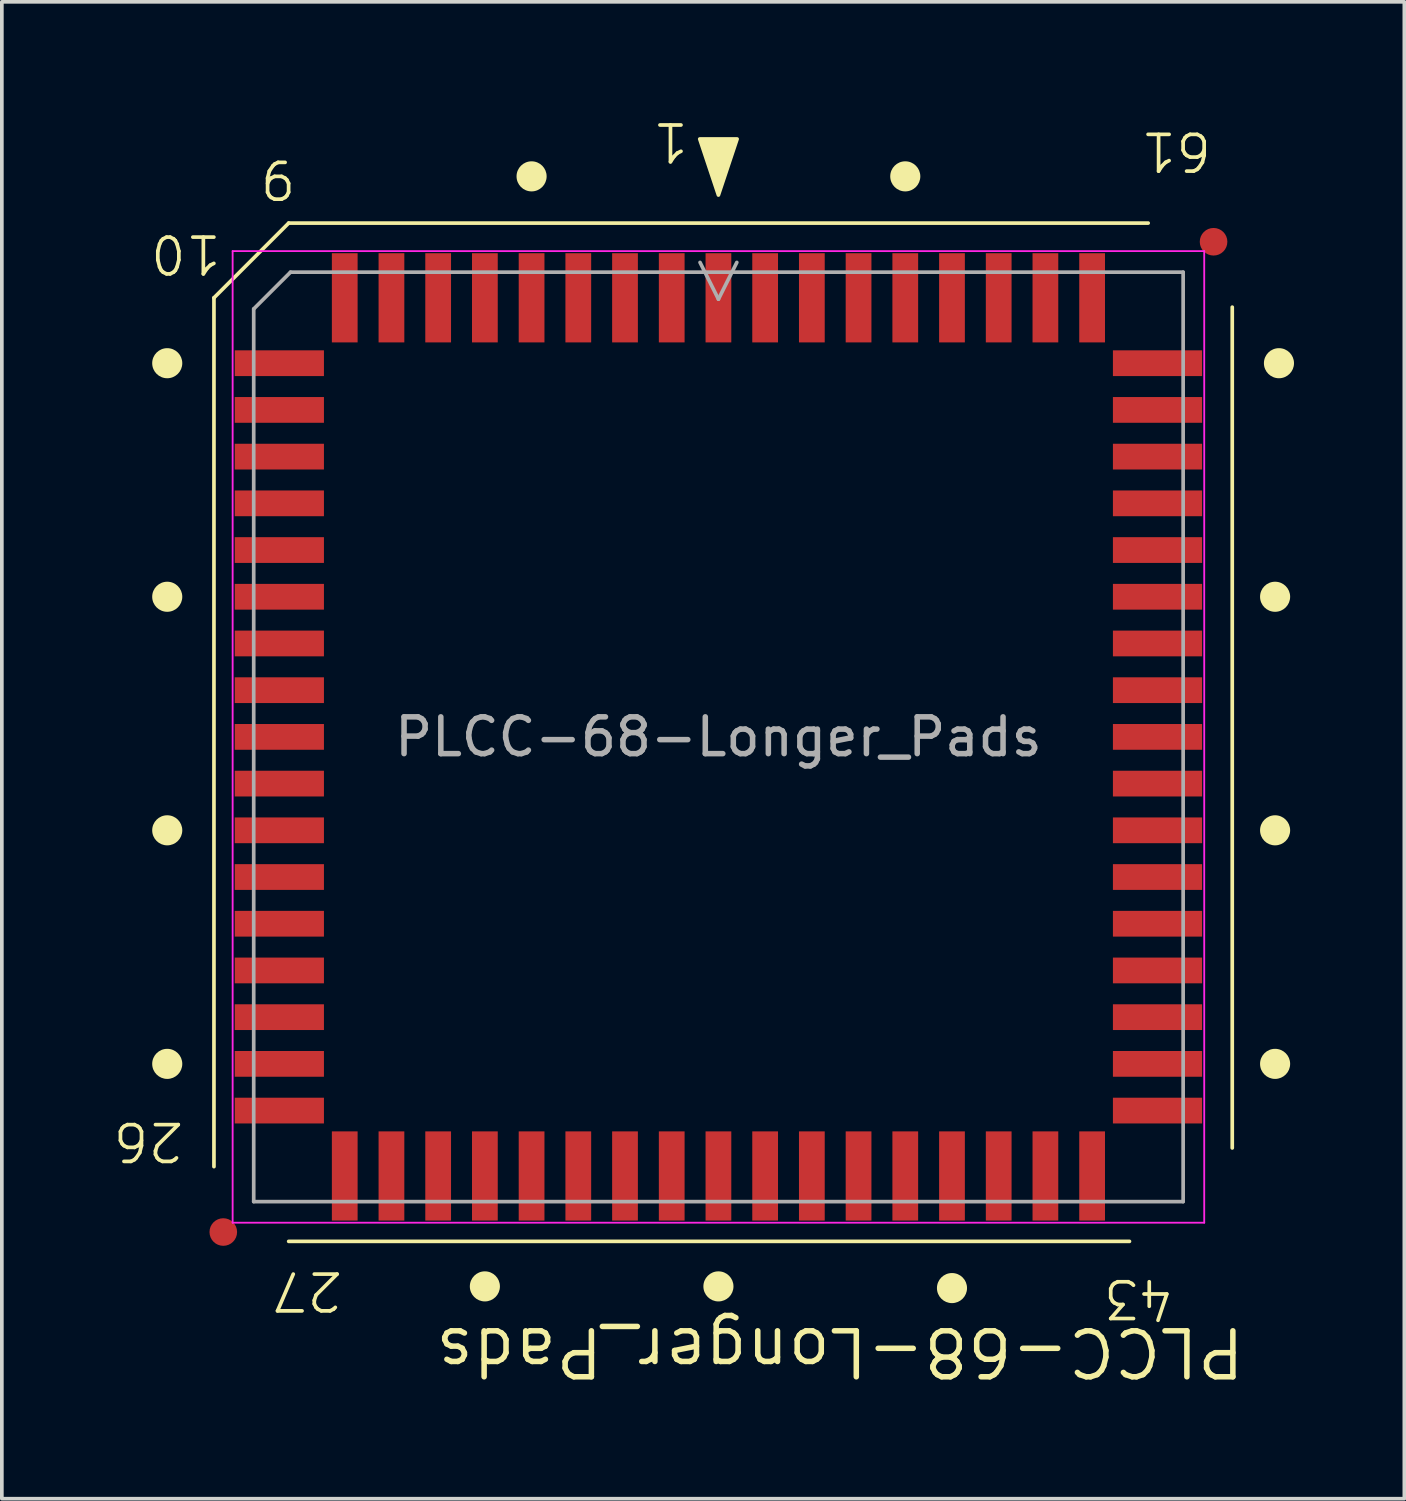
<source format=kicad_pcb>
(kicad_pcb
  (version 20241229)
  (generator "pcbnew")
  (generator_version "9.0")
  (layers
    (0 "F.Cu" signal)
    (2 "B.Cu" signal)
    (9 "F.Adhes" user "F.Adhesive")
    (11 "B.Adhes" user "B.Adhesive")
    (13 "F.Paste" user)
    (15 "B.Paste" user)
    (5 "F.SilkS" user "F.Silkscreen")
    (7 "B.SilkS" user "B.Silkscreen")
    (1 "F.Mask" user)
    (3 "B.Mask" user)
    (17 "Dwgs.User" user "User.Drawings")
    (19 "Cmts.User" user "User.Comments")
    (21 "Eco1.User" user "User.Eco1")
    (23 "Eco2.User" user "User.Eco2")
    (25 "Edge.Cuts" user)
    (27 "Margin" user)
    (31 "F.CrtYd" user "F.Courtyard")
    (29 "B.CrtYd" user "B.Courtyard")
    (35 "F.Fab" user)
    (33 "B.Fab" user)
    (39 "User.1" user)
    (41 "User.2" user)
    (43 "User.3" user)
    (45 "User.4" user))
  (footprint "PLCC-68-Longer_Pads"
    (layer "F.Cu")
    (at 16.483 16.985)
    (property "Reference" "PLCC-68-Longer_Pads" (at 3.302 16.718 180) (unlocked yes) (layer "F.SilkS") (effects (font (size 1.25 1.25) (thickness 0.15))))
    (attr smd)
    (fp_rect (start -14.984 11.984) (end -11.984 14.984) (stroke (width 0) (type solid)) (fill yes) (layer "F.Mask"))
    (fp_rect (start 14.984 -14.962) (end 11.984 -11.962) (stroke (width 0) (type solid)) (fill yes) (layer "F.Mask"))
    (fp_line (start -13.716 -11.938) (end -11.684 -13.97) (stroke (width 0.1) (type default)) (layer "F.SilkS"))
    (fp_line (start -13.716 11.684) (end -13.716 -11.938) (stroke (width 0.1) (type default)) (layer "F.SilkS"))
    (fp_line (start -11.684 -13.97) (end 11.684 -13.97) (stroke (width 0.1) (type default)) (layer "F.SilkS"))
    (fp_line (start 11.176 13.716) (end -11.684 13.716) (stroke (width 0.1) (type default)) (layer "F.SilkS"))
    (fp_line (start 13.97 -11.684) (end 13.97 11.176) (stroke (width 0.1) (type default)) (layer "F.SilkS"))
    (fp_circle (center -14.986 -10.16) (end -14.986 -9.801) (stroke (width 0.1) (type solid)) (fill yes) (layer "F.SilkS"))
    (fp_circle (center -14.986 -3.81) (end -14.986 -3.451) (stroke (width 0.1) (type solid)) (fill yes) (layer "F.SilkS"))
    (fp_circle (center -14.986 2.54) (end -14.986 2.899) (stroke (width 0.1) (type solid)) (fill yes) (layer "F.SilkS"))
    (fp_circle (center -14.986 8.89) (end -14.986 9.249) (stroke (width 0.1) (type solid)) (fill yes) (layer "F.SilkS"))
    (fp_circle (center -6.35 14.94) (end -6.35 15.299) (stroke (width 0.1) (type solid)) (fill yes) (layer "F.SilkS"))
    (fp_circle (center -5.08 -15.24) (end -5.08 -14.881) (stroke (width 0.1) (type solid)) (fill yes) (layer "F.SilkS"))
    (fp_circle (center 0 14.94) (end 0 15.299) (stroke (width 0.1) (type solid)) (fill yes) (layer "F.SilkS"))
    (fp_circle (center 5.08 -15.24) (end 5.08 -14.881) (stroke (width 0.1) (type solid)) (fill yes) (layer "F.SilkS"))
    (fp_circle (center 6.35 14.986) (end 6.35 15.345) (stroke (width 0.1) (type solid)) (fill yes) (layer "F.SilkS"))
    (fp_circle (center 15.135 -3.81) (end 15.135 -3.451) (stroke (width 0.1) (type solid)) (fill yes) (layer "F.SilkS"))
    (fp_circle (center 15.135 2.54) (end 15.135 2.899) (stroke (width 0.1) (type solid)) (fill yes) (layer "F.SilkS"))
    (fp_circle (center 15.135 8.89) (end 15.135 9.249) (stroke (width 0.1) (type solid)) (fill yes) (layer "F.SilkS"))
    (fp_circle (center 15.24 -10.16) (end 15.24 -9.801) (stroke (width 0.1) (type solid)) (fill yes) (layer "F.SilkS"))
    (fp_poly (pts (xy 0 -14.732) (xy 0.508 -16.256) (xy -0.508 -16.256)) (stroke (width 0.1) (type solid)) (fill yes) (layer "F.SilkS"))
    (fp_line (start -13.208 -13.208) (end -13.208 13.208) (stroke (width 0.05) (type solid)) (layer "F.CrtYd"))
    (fp_line (start -13.208 13.208) (end 13.208 13.208) (stroke (width 0.05) (type solid)) (layer "F.CrtYd"))
    (fp_line (start 13.208 -13.208) (end -13.208 -13.208) (stroke (width 0.05) (type solid)) (layer "F.CrtYd"))
    (fp_line (start 13.208 13.208) (end 13.208 -13.208) (stroke (width 0.05) (type solid)) (layer "F.CrtYd"))
    (fp_line (start -12.635 -11.635) (end -12.635 12.635) (stroke (width 0.1) (type solid)) (layer "F.Fab"))
    (fp_line (start -12.635 12.635) (end 12.635 12.635) (stroke (width 0.1) (type solid)) (layer "F.Fab"))
    (fp_line (start -11.635 -12.635) (end -12.635 -11.635) (stroke (width 0.1) (type solid)) (layer "F.Fab"))
    (fp_line (start -0.5 -12.9) (end 0 -11.9) (stroke (width 0.1) (type solid)) (layer "F.Fab"))
    (fp_line (start 0 -11.9) (end 0.5 -12.9) (stroke (width 0.1) (type solid)) (layer "F.Fab"))
    (fp_line (start 12.635 -12.635) (end -11.635 -12.635) (stroke (width 0.1) (type solid)) (layer "F.Fab"))
    (fp_line (start 12.635 12.635) (end 12.635 -12.635) (stroke (width 0.1) (type solid)) (layer "F.Fab"))
    (fp_text user "26" (at -14.478 10.414 180) (unlocked yes) (layer "F.SilkS") (effects (font (size 1 1) (thickness 0.1)) (justify left bottom)))
    (fp_text user "9" (at -11.43 -15.748 180) (unlocked yes) (layer "F.SilkS") (effects (font (size 1 1) (thickness 0.1)) (justify left bottom)))
    (fp_text user "61" (at 13.462 -16.51 180) (unlocked yes) (layer "F.SilkS") (effects (font (size 1 1) (thickness 0.1)) (justify left bottom)))
    (fp_text user "1" (at -0.762 -16.764 180) (unlocked yes) (layer "F.SilkS") (effects (font (size 1 1) (thickness 0.1)) (justify left bottom)))
    (fp_text user "10" (at -13.462 -13.716 180) (unlocked yes) (layer "F.SilkS") (effects (font (size 1 1) (thickness 0.1)) (justify left bottom)))
    (fp_text user "27" (at -10.16 14.478 180) (unlocked yes) (layer "F.SilkS") (effects (font (size 1 1) (thickness 0.1)) (justify left bottom)))
    (fp_text user "43" (at 12.446 14.686 180) (unlocked yes) (layer "F.SilkS") (effects (font (size 1 1) (thickness 0.1)) (justify left bottom)))
    (fp_text user "${REFERENCE}" (at 0 0 0) (layer "F.Fab") (effects (font (size 1 1) (thickness 0.15))))
    (pad "" smd circle (at -13.462 13.462 270) (size 0.75 0.75) (layers "F.Cu" "F.Mask" "F.Paste"))
    (pad "" smd circle (at 13.462 -13.462 270) (size 0.75 0.75) (layers "F.Cu" "F.Mask" "F.Paste"))
    (pad "1" smd rect (at 0 -11.938) (size 0.7 2.425) (layers "F.Cu" "F.Mask" "F.Paste"))
    (pad "2" smd rect (at -1.27 -11.938) (size 0.7 2.425) (layers "F.Cu" "F.Mask" "F.Paste"))
    (pad "3" smd rect (at -2.54 -11.938) (size 0.7 2.425) (layers "F.Cu" "F.Mask" "F.Paste"))
    (pad "4" smd rect (at -3.81 -11.938) (size 0.7 2.425) (layers "F.Cu" "F.Mask" "F.Paste"))
    (pad "5" smd rect (at -5.08 -11.938) (size 0.7 2.425) (layers "F.Cu" "F.Mask" "F.Paste"))
    (pad "6" smd rect (at -6.35 -11.938) (size 0.7 2.425) (layers "F.Cu" "F.Mask" "F.Paste"))
    (pad "7" smd rect (at -7.62 -11.938) (size 0.7 2.425) (layers "F.Cu" "F.Mask" "F.Paste"))
    (pad "8" smd rect (at -8.89 -11.938) (size 0.7 2.425) (layers "F.Cu" "F.Mask" "F.Paste"))
    (pad "9" smd rect (at -10.16 -11.938) (size 0.7 2.425) (layers "F.Cu" "F.Mask" "F.Paste"))
    (pad "10" smd rect (at -11.938 -10.16) (size 2.425 0.7) (layers "F.Cu" "F.Mask" "F.Paste"))
    (pad "11" smd rect (at -11.938 -8.89) (size 2.425 0.7) (layers "F.Cu" "F.Mask" "F.Paste"))
    (pad "12" smd rect (at -11.938 -7.62) (size 2.425 0.7) (layers "F.Cu" "F.Mask" "F.Paste"))
    (pad "13" smd rect (at -11.938 -6.35) (size 2.425 0.7) (layers "F.Cu" "F.Mask" "F.Paste"))
    (pad "14" smd rect (at -11.938 -5.08) (size 2.425 0.7) (layers "F.Cu" "F.Mask" "F.Paste"))
    (pad "15" smd rect (at -11.938 -3.81) (size 2.425 0.7) (layers "F.Cu" "F.Mask" "F.Paste"))
    (pad "16" smd rect (at -11.938 -2.54) (size 2.425 0.7) (layers "F.Cu" "F.Mask" "F.Paste"))
    (pad "17" smd rect (at -11.938 -1.27) (size 2.425 0.7) (layers "F.Cu" "F.Mask" "F.Paste"))
    (pad "18" smd rect (at -11.938 0) (size 2.425 0.7) (layers "F.Cu" "F.Mask" "F.Paste"))
    (pad "19" smd rect (at -11.938 1.27) (size 2.425 0.7) (layers "F.Cu" "F.Mask" "F.Paste"))
    (pad "20" smd rect (at -11.938 2.54) (size 2.425 0.7) (layers "F.Cu" "F.Mask" "F.Paste"))
    (pad "21" smd rect (at -11.938 3.81) (size 2.425 0.7) (layers "F.Cu" "F.Mask" "F.Paste"))
    (pad "22" smd rect (at -11.938 5.08) (size 2.425 0.7) (layers "F.Cu" "F.Mask" "F.Paste"))
    (pad "23" smd rect (at -11.938 6.35) (size 2.425 0.7) (layers "F.Cu" "F.Mask" "F.Paste"))
    (pad "24" smd rect (at -11.938 7.62) (size 2.425 0.7) (layers "F.Cu" "F.Mask" "F.Paste"))
    (pad "25" smd rect (at -11.938 8.89) (size 2.425 0.7) (layers "F.Cu" "F.Mask" "F.Paste"))
    (pad "26" smd rect (at -11.938 10.16) (size 2.425 0.7) (layers "F.Cu" "F.Mask" "F.Paste"))
    (pad "27" smd rect (at -10.16 11.938) (size 0.7 2.425) (layers "F.Cu" "F.Mask" "F.Paste"))
    (pad "28" smd rect (at -8.89 11.938) (size 0.7 2.425) (layers "F.Cu" "F.Mask" "F.Paste"))
    (pad "29" smd rect (at -7.62 11.938) (size 0.7 2.425) (layers "F.Cu" "F.Mask" "F.Paste"))
    (pad "30" smd rect (at -6.35 11.938) (size 0.7 2.425) (layers "F.Cu" "F.Mask" "F.Paste"))
    (pad "31" smd rect (at -5.08 11.938) (size 0.7 2.425) (layers "F.Cu" "F.Mask" "F.Paste"))
    (pad "32" smd rect (at -3.81 11.938) (size 0.7 2.425) (layers "F.Cu" "F.Mask" "F.Paste"))
    (pad "33" smd rect (at -2.54 11.938) (size 0.7 2.425) (layers "F.Cu" "F.Mask" "F.Paste"))
    (pad "34" smd rect (at -1.27 11.938) (size 0.7 2.425) (layers "F.Cu" "F.Mask" "F.Paste"))
    (pad "35" smd rect (at 0 11.938) (size 0.7 2.425) (layers "F.Cu" "F.Mask" "F.Paste"))
    (pad "36" smd rect (at 1.27 11.938) (size 0.7 2.425) (layers "F.Cu" "F.Mask" "F.Paste"))
    (pad "37" smd rect (at 2.54 11.938) (size 0.7 2.425) (layers "F.Cu" "F.Mask" "F.Paste"))
    (pad "38" smd rect (at 3.81 11.938) (size 0.7 2.425) (layers "F.Cu" "F.Mask" "F.Paste"))
    (pad "39" smd rect (at 5.08 11.938) (size 0.7 2.425) (layers "F.Cu" "F.Mask" "F.Paste"))
    (pad "40" smd rect (at 6.35 11.938) (size 0.7 2.425) (layers "F.Cu" "F.Mask" "F.Paste"))
    (pad "41" smd rect (at 7.62 11.938) (size 0.7 2.425) (layers "F.Cu" "F.Mask" "F.Paste"))
    (pad "42" smd rect (at 8.89 11.938) (size 0.7 2.425) (layers "F.Cu" "F.Mask" "F.Paste"))
    (pad "43" smd rect (at 10.16 11.938) (size 0.7 2.425) (layers "F.Cu" "F.Mask" "F.Paste"))
    (pad "44" smd rect (at 11.938 10.16) (size 2.425 0.7) (layers "F.Cu" "F.Mask" "F.Paste"))
    (pad "45" smd rect (at 11.938 8.89) (size 2.425 0.7) (layers "F.Cu" "F.Mask" "F.Paste"))
    (pad "46" smd rect (at 11.938 7.62) (size 2.425 0.7) (layers "F.Cu" "F.Mask" "F.Paste"))
    (pad "47" smd rect (at 11.938 6.35) (size 2.425 0.7) (layers "F.Cu" "F.Mask" "F.Paste"))
    (pad "48" smd rect (at 11.938 5.08) (size 2.425 0.7) (layers "F.Cu" "F.Mask" "F.Paste"))
    (pad "49" smd rect (at 11.938 3.81) (size 2.425 0.7) (layers "F.Cu" "F.Mask" "F.Paste"))
    (pad "50" smd rect (at 11.938 2.54) (size 2.425 0.7) (layers "F.Cu" "F.Mask" "F.Paste"))
    (pad "51" smd rect (at 11.938 1.27) (size 2.425 0.7) (layers "F.Cu" "F.Mask" "F.Paste"))
    (pad "52" smd rect (at 11.938 0) (size 2.425 0.7) (layers "F.Cu" "F.Mask" "F.Paste"))
    (pad "53" smd rect (at 11.938 -1.27) (size 2.425 0.7) (layers "F.Cu" "F.Mask" "F.Paste"))
    (pad "54" smd rect (at 11.938 -2.54) (size 2.425 0.7) (layers "F.Cu" "F.Mask" "F.Paste"))
    (pad "55" smd rect (at 11.938 -3.81) (size 2.425 0.7) (layers "F.Cu" "F.Mask" "F.Paste"))
    (pad "56" smd rect (at 11.938 -5.08) (size 2.425 0.7) (layers "F.Cu" "F.Mask" "F.Paste"))
    (pad "57" smd rect (at 11.938 -6.35) (size 2.425 0.7) (layers "F.Cu" "F.Mask" "F.Paste"))
    (pad "58" smd rect (at 11.938 -7.62) (size 2.425 0.7) (layers "F.Cu" "F.Mask" "F.Paste"))
    (pad "59" smd rect (at 11.938 -8.89) (size 2.425 0.7) (layers "F.Cu" "F.Mask" "F.Paste"))
    (pad "60" smd rect (at 11.938 -10.16) (size 2.425 0.7) (layers "F.Cu" "F.Mask" "F.Paste"))
    (pad "61" smd rect (at 10.16 -11.938) (size 0.7 2.425) (layers "F.Cu" "F.Mask" "F.Paste"))
    (pad "62" smd rect (at 8.89 -11.938) (size 0.7 2.425) (layers "F.Cu" "F.Mask" "F.Paste"))
    (pad "63" smd rect (at 7.62 -11.938) (size 0.7 2.425) (layers "F.Cu" "F.Mask" "F.Paste"))
    (pad "64" smd rect (at 6.35 -11.938) (size 0.7 2.425) (layers "F.Cu" "F.Mask" "F.Paste"))
    (pad "65" smd rect (at 5.08 -11.938) (size 0.7 2.425) (layers "F.Cu" "F.Mask" "F.Paste"))
    (pad "66" smd rect (at 3.81 -11.938) (size 0.7 2.425) (layers "F.Cu" "F.Mask" "F.Paste"))
    (pad "67" smd rect (at 2.54 -11.938) (size 0.7 2.425) (layers "F.Cu" "F.Mask" "F.Paste"))
    (pad "68" smd rect (at 1.27 -11.938) (size 0.7 2.425) (layers "F.Cu" "F.Mask" "F.Paste")))
  (gr_rect
    (start -3 -3)
    (end 35.132 37.697)
    (stroke (width 0.1) (type default))
    (fill no)
    (layer "Edge.Cuts")))
</source>
